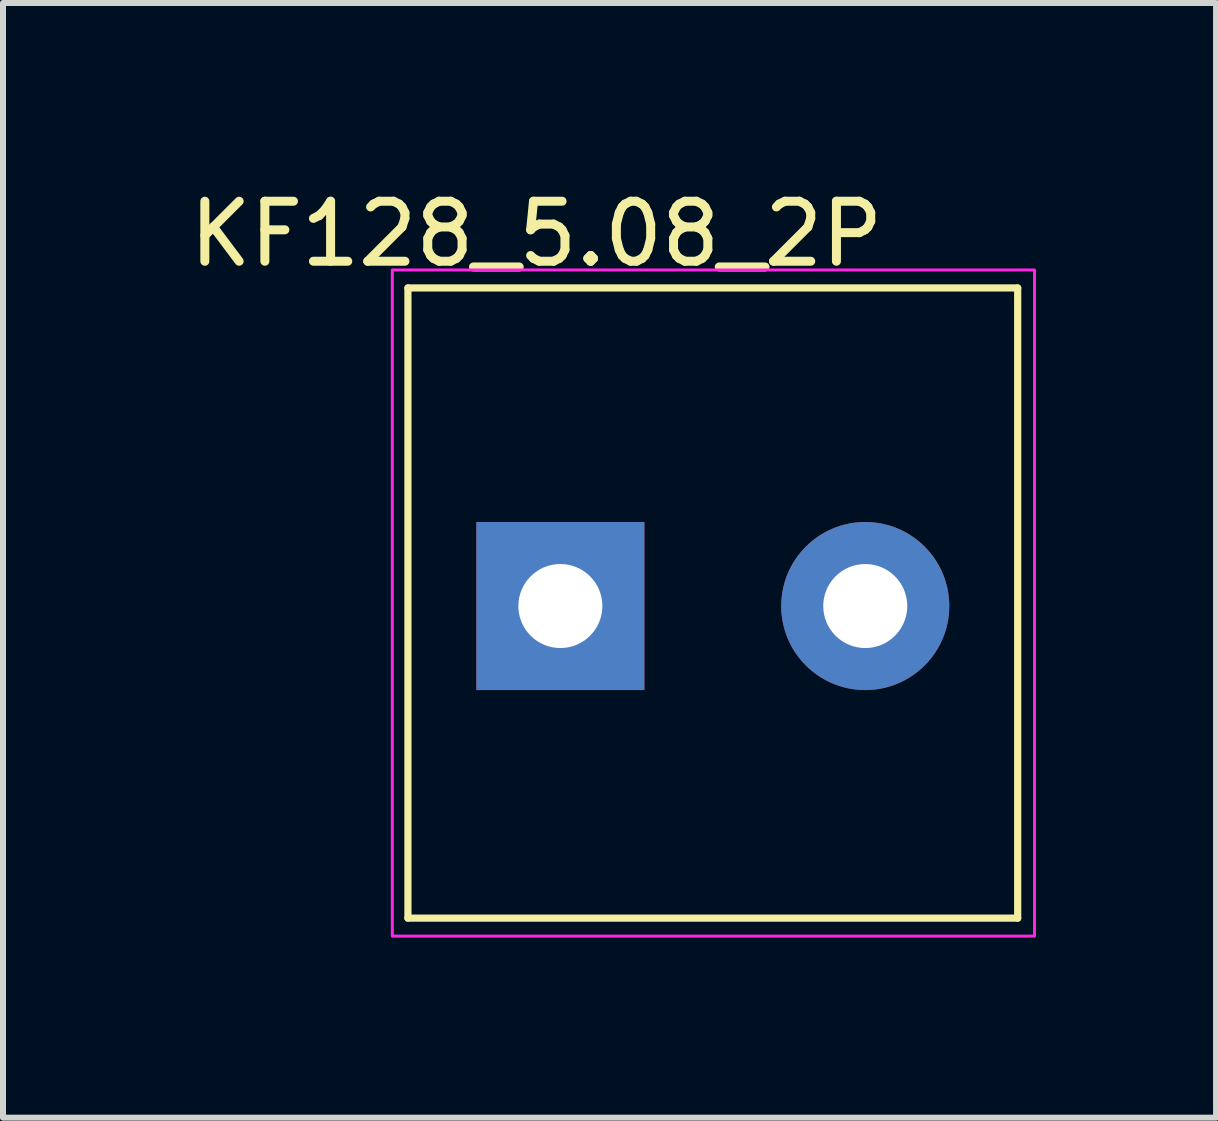
<source format=kicad_pcb>
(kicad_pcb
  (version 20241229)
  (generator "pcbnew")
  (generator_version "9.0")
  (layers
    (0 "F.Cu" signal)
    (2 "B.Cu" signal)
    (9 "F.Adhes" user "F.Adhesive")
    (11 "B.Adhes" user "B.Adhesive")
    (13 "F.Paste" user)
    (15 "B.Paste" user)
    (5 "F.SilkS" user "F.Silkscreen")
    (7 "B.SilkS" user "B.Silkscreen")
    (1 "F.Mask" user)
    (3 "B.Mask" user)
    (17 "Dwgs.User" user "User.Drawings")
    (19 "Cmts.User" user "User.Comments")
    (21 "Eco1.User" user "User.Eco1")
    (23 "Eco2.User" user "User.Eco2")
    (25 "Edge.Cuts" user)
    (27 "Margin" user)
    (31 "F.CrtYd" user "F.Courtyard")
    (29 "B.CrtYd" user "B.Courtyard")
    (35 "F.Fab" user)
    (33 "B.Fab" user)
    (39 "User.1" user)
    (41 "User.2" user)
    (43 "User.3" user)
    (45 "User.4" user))
  (footprint "KF128_5.08_2P"
    (layer "F.Cu")
    (at 6.287 7.048)
    (property "Reference" "KF128_5.08_2P" (at -0.4 -6.2 0) (unlocked yes) (layer "F.SilkS") (effects (font (size 1 1) (thickness 0.15))))
    (attr through_hole)
    (fp_line (start -2.54 -5.3) (end 7.62 -5.3) (stroke (width 0.12) (type solid)) (layer "F.SilkS"))
    (fp_line (start -2.54 5.2) (end -2.54 -5.3) (stroke (width 0.12) (type solid)) (layer "F.SilkS"))
    (fp_line (start -2.54 5.2) (end 7.62 5.2) (stroke (width 0.12) (type solid)) (layer "F.SilkS"))
    (fp_line (start 7.62 5.2) (end 7.62 -5.3) (stroke (width 0.12) (type solid)) (layer "F.SilkS"))
    (fp_rect (start -2.8 -5.6) (end 7.9 5.5) (stroke (width 0.05) (type solid)) (fill no) (layer "F.CrtYd"))
    (pad "1" thru_hole rect (at 0 0) (size 2.8 2.8) (drill 1.4) (layers "*.Cu" "*.Mask"))
    (pad "2" thru_hole circle (at 5.08 0) (size 2.8 2.8) (drill 1.4) (layers "*.Cu" "*.Mask")))
  (gr_rect
    (start -3 -3)
    (end 17.212 15.573)
    (stroke (width 0.1) (type default))
    (fill no)
    (layer "Edge.Cuts")))
</source>
